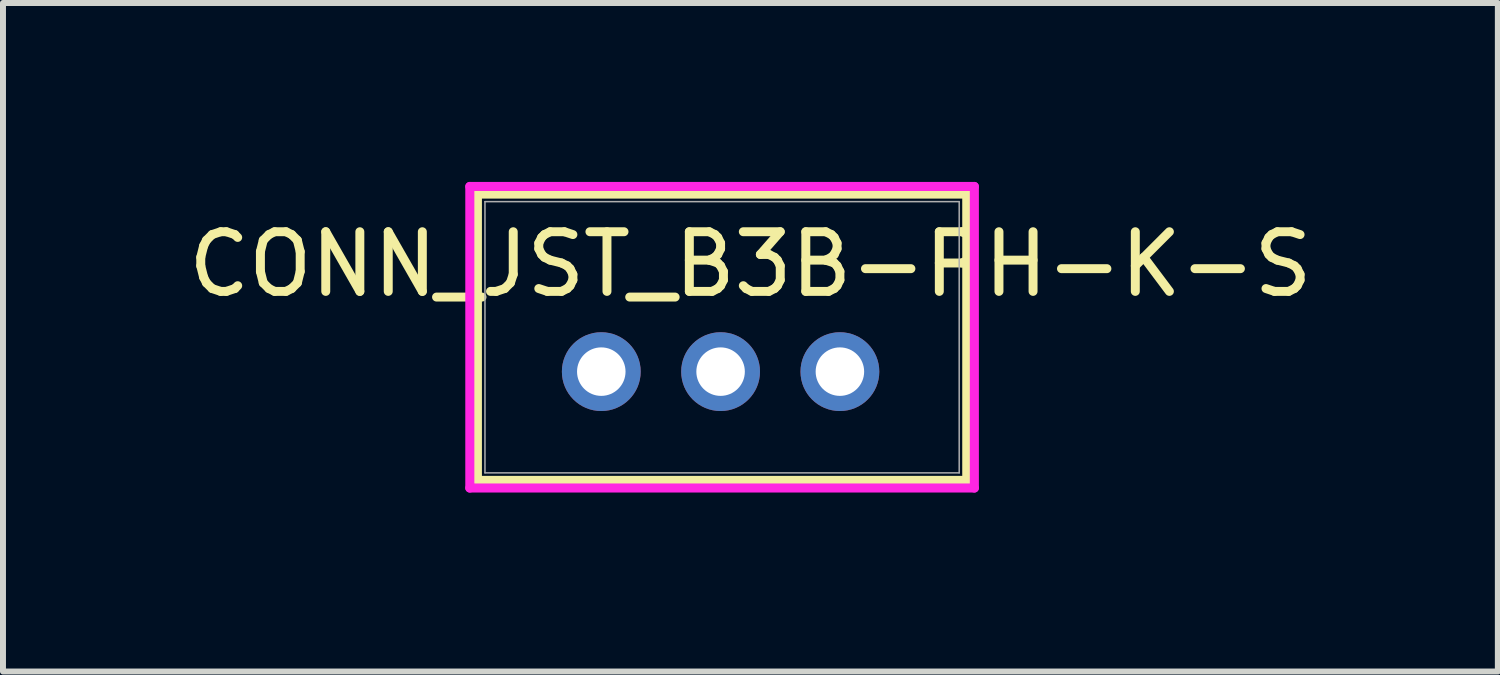
<source format=kicad_pcb>
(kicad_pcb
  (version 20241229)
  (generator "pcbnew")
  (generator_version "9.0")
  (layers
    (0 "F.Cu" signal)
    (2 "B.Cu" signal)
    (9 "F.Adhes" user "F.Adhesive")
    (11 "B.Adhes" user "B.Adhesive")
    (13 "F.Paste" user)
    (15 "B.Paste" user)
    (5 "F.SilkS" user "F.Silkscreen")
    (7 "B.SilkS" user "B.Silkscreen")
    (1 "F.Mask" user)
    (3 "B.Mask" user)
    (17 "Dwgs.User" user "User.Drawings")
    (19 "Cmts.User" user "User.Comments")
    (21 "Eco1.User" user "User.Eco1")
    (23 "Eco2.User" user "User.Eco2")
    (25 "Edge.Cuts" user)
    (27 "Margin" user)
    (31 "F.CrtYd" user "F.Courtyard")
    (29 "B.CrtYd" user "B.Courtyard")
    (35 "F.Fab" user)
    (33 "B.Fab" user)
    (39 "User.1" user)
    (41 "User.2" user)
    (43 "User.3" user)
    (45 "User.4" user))
  (footprint "CONN_JST_B3B-PH-K-S"
    (layer "F.Cu")
    (at 11.03 3.18)
    (property "Reference" "CONN_JST_B3B-PH-K-S" (at -1.5 -1.8 0) (unlocked yes) (layer "F.SilkS") (effects (font (size 1 1) (thickness 0.15))))
    (attr through_hole)
    (fp_line (start -6.077 -2.977) (end -6.077 1.824) (stroke (width 0.152) (type solid)) (layer "F.SilkS"))
    (fp_line (start -6.077 1.824) (end 2.127 1.824) (stroke (width 0.152) (type solid)) (layer "F.SilkS"))
    (fp_line (start 2.127 -2.977) (end -6.077 -2.977) (stroke (width 0.152) (type solid)) (layer "F.SilkS"))
    (fp_line (start 2.127 1.824) (end 2.127 -2.977) (stroke (width 0.152) (type solid)) (layer "F.SilkS"))
    (fp_line (start -6.204 -3.104) (end -6.204 1.951) (stroke (width 0.152) (type solid)) (layer "F.CrtYd"))
    (fp_line (start -6.204 1.951) (end 2.254 1.951) (stroke (width 0.152) (type solid)) (layer "F.CrtYd"))
    (fp_line (start 2.254 -3.104) (end -6.204 -3.104) (stroke (width 0.152) (type solid)) (layer "F.CrtYd"))
    (fp_line (start 2.254 1.951) (end 2.254 -3.104) (stroke (width 0.152) (type solid)) (layer "F.CrtYd"))
    (fp_line (start -5.95 -2.85) (end -5.95 1.697) (stroke (width 0.025) (type solid)) (layer "F.Fab"))
    (fp_line (start -5.95 1.697) (end 2 1.697) (stroke (width 0.025) (type solid)) (layer "F.Fab"))
    (fp_line (start 2 -2.85) (end -5.95 -2.85) (stroke (width 0.025) (type solid)) (layer "F.Fab"))
    (fp_line (start 2 1.697) (end 2 -2.85) (stroke (width 0.025) (type solid)) (layer "F.Fab"))
    (pad "1" thru_hole circle (at 0 0) (size 1.321 1.321) (drill 0.813) (layers "*.Cu" "*.Mask"))
    (pad "2" thru_hole circle (at -2 0) (size 1.321 1.321) (drill 0.813) (layers "*.Cu" "*.Mask"))
    (pad "3" thru_hole circle (at -4 0) (size 1.321 1.321) (drill 0.813) (layers "*.Cu" "*.Mask")))
  (gr_rect
    (start -3 -3)
    (end 22.06 8.207)
    (stroke (width 0.1) (type default))
    (fill no)
    (layer "Edge.Cuts")))
</source>
